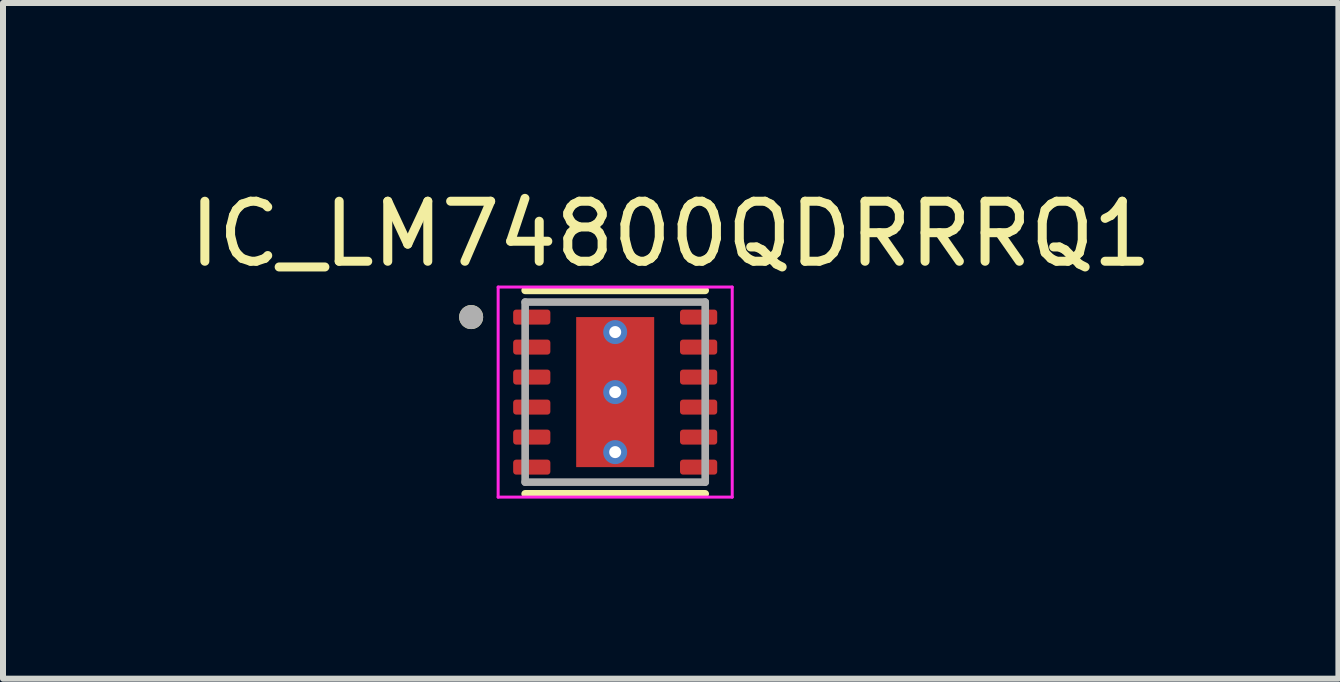
<source format=kicad_pcb>
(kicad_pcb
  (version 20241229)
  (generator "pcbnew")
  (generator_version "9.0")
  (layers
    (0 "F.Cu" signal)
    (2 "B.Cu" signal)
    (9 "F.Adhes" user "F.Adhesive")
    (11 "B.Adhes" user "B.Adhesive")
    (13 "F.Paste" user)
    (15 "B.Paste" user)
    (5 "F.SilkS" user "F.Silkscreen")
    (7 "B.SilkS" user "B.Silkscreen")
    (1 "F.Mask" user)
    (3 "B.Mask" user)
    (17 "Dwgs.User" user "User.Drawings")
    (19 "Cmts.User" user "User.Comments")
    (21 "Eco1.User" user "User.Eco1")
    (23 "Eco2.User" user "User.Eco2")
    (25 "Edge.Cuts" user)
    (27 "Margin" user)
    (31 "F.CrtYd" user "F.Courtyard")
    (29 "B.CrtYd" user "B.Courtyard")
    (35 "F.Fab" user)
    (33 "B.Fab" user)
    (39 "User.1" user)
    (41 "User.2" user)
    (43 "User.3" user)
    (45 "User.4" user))
  (footprint "IC_LM74800QDRRRQ1"
    (layer "F.Cu")
    (at 7.2 3.483)
    (property "Reference" "IC_LM74800QDRRRQ1" (at 0.925 -2.635 0) (layer "F.SilkS") (effects (font (size 1 1) (thickness 0.15))))
    (attr smd)
    (fp_line (start -1.5 -1.695) (end 1.5 -1.695) (stroke (width 0.127) (type solid)) (layer "F.SilkS"))
    (fp_line (start -1.5 1.695) (end 1.5 1.695) (stroke (width 0.127) (type solid)) (layer "F.SilkS"))
    (fp_circle (center -2.4 -1.25) (end -2.3 -1.25) (stroke (width 0.2) (type solid)) (fill no) (layer "F.SilkS"))
    (fp_poly (pts (xy 0.605 -1.15) (xy 0.605 -0.15) (xy 0.605 -0.147) (xy 0.605 -0.145) (xy 0.604 -0.142) (xy 0.604 -0.14) (xy 0.603 -0.137) (xy 0.603 -0.135) (xy 0.602 -0.132) (xy 0.601 -0.13) (xy 0.6 -0.127) (xy 0.598 -0.125) (xy 0.597 -0.123) (xy 0.595 -0.121) (xy 0.594 -0.119) (xy 0.592 -0.117) (xy 0.59 -0.115) (xy 0.588 -0.113) (xy 0.586 -0.111) (xy 0.584 -0.11) (xy 0.582 -0.108) (xy 0.58 -0.107) (xy 0.578 -0.105) (xy 0.575 -0.104) (xy 0.573 -0.103) (xy 0.57 -0.102) (xy 0.568 -0.102) (xy 0.565 -0.101) (xy 0.563 -0.101) (xy 0.56 -0.1) (xy 0.558 -0.1) (xy 0.555 -0.1) (xy -0.555 -0.1) (xy -0.558 -0.1) (xy -0.56 -0.1) (xy -0.563 -0.101) (xy -0.565 -0.101) (xy -0.568 -0.102) (xy -0.57 -0.102) (xy -0.573 -0.103) (xy -0.575 -0.104) (xy -0.578 -0.105) (xy -0.58 -0.107) (xy -0.582 -0.108) (xy -0.584 -0.11) (xy -0.586 -0.111) (xy -0.588 -0.113) (xy -0.59 -0.115) (xy -0.592 -0.117) (xy -0.594 -0.119) (xy -0.595 -0.121) (xy -0.597 -0.123) (xy -0.598 -0.125) (xy -0.6 -0.127) (xy -0.601 -0.13) (xy -0.602 -0.132) (xy -0.603 -0.135) (xy -0.603 -0.137) (xy -0.604 -0.14) (xy -0.604 -0.142) (xy -0.605 -0.145) (xy -0.605 -0.147) (xy -0.605 -0.15) (xy -0.605 -1.15) (xy -0.605 -1.153) (xy -0.605 -1.155) (xy -0.604 -1.158) (xy -0.604 -1.16) (xy -0.603 -1.163) (xy -0.603 -1.165) (xy -0.602 -1.168) (xy -0.601 -1.17) (xy -0.6 -1.173) (xy -0.598 -1.175) (xy -0.597 -1.177) (xy -0.595 -1.179) (xy -0.594 -1.181) (xy -0.592 -1.183) (xy -0.59 -1.185) (xy -0.588 -1.187) (xy -0.586 -1.189) (xy -0.584 -1.19) (xy -0.582 -1.192) (xy -0.58 -1.193) (xy -0.578 -1.195) (xy -0.575 -1.196) (xy -0.573 -1.197) (xy -0.57 -1.198) (xy -0.568 -1.198) (xy -0.565 -1.199) (xy -0.563 -1.199) (xy -0.56 -1.2) (xy -0.558 -1.2) (xy -0.555 -1.2) (xy 0.555 -1.2) (xy 0.558 -1.2) (xy 0.56 -1.2) (xy 0.563 -1.199) (xy 0.565 -1.199) (xy 0.568 -1.198) (xy 0.57 -1.198) (xy 0.573 -1.197) (xy 0.575 -1.196) (xy 0.578 -1.195) (xy 0.58 -1.193) (xy 0.582 -1.192) (xy 0.584 -1.19) (xy 0.586 -1.189) (xy 0.588 -1.187) (xy 0.59 -1.185) (xy 0.592 -1.183) (xy 0.594 -1.181) (xy 0.595 -1.179) (xy 0.597 -1.177) (xy 0.598 -1.175) (xy 0.6 -1.173) (xy 0.601 -1.17) (xy 0.602 -1.168) (xy 0.603 -1.165) (xy 0.603 -1.163) (xy 0.604 -1.16) (xy 0.604 -1.158) (xy 0.605 -1.155) (xy 0.605 -1.153) (xy 0.605 -1.15)) (stroke (width 0.01) (type solid)) (fill yes) (layer "F.Paste"))
    (fp_poly (pts (xy 0.605 0.15) (xy 0.605 1.15) (xy 0.605 1.153) (xy 0.605 1.155) (xy 0.604 1.158) (xy 0.604 1.16) (xy 0.603 1.163) (xy 0.603 1.165) (xy 0.602 1.168) (xy 0.601 1.17) (xy 0.6 1.173) (xy 0.598 1.175) (xy 0.597 1.177) (xy 0.595 1.179) (xy 0.594 1.181) (xy 0.592 1.183) (xy 0.59 1.185) (xy 0.588 1.187) (xy 0.586 1.189) (xy 0.584 1.19) (xy 0.582 1.192) (xy 0.58 1.193) (xy 0.578 1.195) (xy 0.575 1.196) (xy 0.573 1.197) (xy 0.57 1.198) (xy 0.568 1.198) (xy 0.565 1.199) (xy 0.563 1.199) (xy 0.56 1.2) (xy 0.558 1.2) (xy 0.555 1.2) (xy -0.555 1.2) (xy -0.558 1.2) (xy -0.56 1.2) (xy -0.563 1.199) (xy -0.565 1.199) (xy -0.568 1.198) (xy -0.57 1.198) (xy -0.573 1.197) (xy -0.575 1.196) (xy -0.578 1.195) (xy -0.58 1.193) (xy -0.582 1.192) (xy -0.584 1.19) (xy -0.586 1.189) (xy -0.588 1.187) (xy -0.59 1.185) (xy -0.592 1.183) (xy -0.594 1.181) (xy -0.595 1.179) (xy -0.597 1.177) (xy -0.598 1.175) (xy -0.6 1.173) (xy -0.601 1.17) (xy -0.602 1.168) (xy -0.603 1.165) (xy -0.603 1.163) (xy -0.604 1.16) (xy -0.604 1.158) (xy -0.605 1.155) (xy -0.605 1.153) (xy -0.605 1.15) (xy -0.605 0.15) (xy -0.605 0.147) (xy -0.605 0.145) (xy -0.604 0.142) (xy -0.604 0.14) (xy -0.603 0.137) (xy -0.603 0.135) (xy -0.602 0.132) (xy -0.601 0.13) (xy -0.6 0.127) (xy -0.598 0.125) (xy -0.597 0.123) (xy -0.595 0.121) (xy -0.594 0.119) (xy -0.592 0.117) (xy -0.59 0.115) (xy -0.588 0.113) (xy -0.586 0.111) (xy -0.584 0.11) (xy -0.582 0.108) (xy -0.58 0.107) (xy -0.578 0.105) (xy -0.575 0.104) (xy -0.573 0.103) (xy -0.57 0.102) (xy -0.568 0.102) (xy -0.565 0.101) (xy -0.563 0.101) (xy -0.56 0.1) (xy -0.558 0.1) (xy -0.555 0.1) (xy 0.555 0.1) (xy 0.558 0.1) (xy 0.56 0.1) (xy 0.563 0.101) (xy 0.565 0.101) (xy 0.568 0.102) (xy 0.57 0.102) (xy 0.573 0.103) (xy 0.575 0.104) (xy 0.578 0.105) (xy 0.58 0.107) (xy 0.582 0.108) (xy 0.584 0.11) (xy 0.586 0.111) (xy 0.588 0.113) (xy 0.59 0.115) (xy 0.592 0.117) (xy 0.594 0.119) (xy 0.595 0.121) (xy 0.597 0.123) (xy 0.598 0.125) (xy 0.6 0.127) (xy 0.601 0.13) (xy 0.602 0.132) (xy 0.603 0.135) (xy 0.603 0.137) (xy 0.604 0.14) (xy 0.604 0.142) (xy 0.605 0.145) (xy 0.605 0.147) (xy 0.605 0.15)) (stroke (width 0.01) (type solid)) (fill yes) (layer "F.Paste"))
    (fp_line (start -1.95 -1.75) (end -1.95 1.75) (stroke (width 0.05) (type solid)) (layer "F.CrtYd"))
    (fp_line (start -1.95 -1.75) (end 1.95 -1.75) (stroke (width 0.05) (type solid)) (layer "F.CrtYd"))
    (fp_line (start -1.95 1.75) (end 1.95 1.75) (stroke (width 0.05) (type solid)) (layer "F.CrtYd"))
    (fp_line (start 1.95 -1.75) (end 1.95 1.75) (stroke (width 0.05) (type solid)) (layer "F.CrtYd"))
    (fp_line (start -1.5 -1.5) (end -1.5 1.5) (stroke (width 0.127) (type solid)) (layer "F.Fab"))
    (fp_line (start -1.5 -1.5) (end 1.5 -1.5) (stroke (width 0.127) (type solid)) (layer "F.Fab"))
    (fp_line (start -1.5 1.5) (end 1.5 1.5) (stroke (width 0.127) (type solid)) (layer "F.Fab"))
    (fp_line (start 1.5 -1.5) (end 1.5 1.5) (stroke (width 0.127) (type solid)) (layer "F.Fab"))
    (fp_circle (center -2.4 -1.25) (end -2.3 -1.25) (stroke (width 0.2) (type solid)) (fill no) (layer "F.Fab"))
    (pad "1" smd roundrect (at -1.39 -1.25) (size 0.62 0.25) (layers "F.Cu" "F.Mask" "F.Paste") (roundrect_rratio 0.2))
    (pad "2" smd roundrect (at -1.39 -0.75) (size 0.62 0.25) (layers "F.Cu" "F.Mask" "F.Paste") (roundrect_rratio 0.2))
    (pad "3" smd roundrect (at -1.39 -0.25) (size 0.62 0.25) (layers "F.Cu" "F.Mask" "F.Paste") (roundrect_rratio 0.2))
    (pad "4" smd roundrect (at -1.39 0.25) (size 0.62 0.25) (layers "F.Cu" "F.Mask" "F.Paste") (roundrect_rratio 0.2))
    (pad "5" smd roundrect (at -1.39 0.75) (size 0.62 0.25) (layers "F.Cu" "F.Mask" "F.Paste") (roundrect_rratio 0.2))
    (pad "6" smd roundrect (at -1.39 1.25) (size 0.62 0.25) (layers "F.Cu" "F.Mask" "F.Paste") (roundrect_rratio 0.2))
    (pad "7" smd roundrect (at 1.39 1.25) (size 0.62 0.25) (layers "F.Cu" "F.Mask" "F.Paste") (roundrect_rratio 0.2))
    (pad "8" smd roundrect (at 1.39 0.75) (size 0.62 0.25) (layers "F.Cu" "F.Mask" "F.Paste") (roundrect_rratio 0.2))
    (pad "9" smd roundrect (at 1.39 0.25) (size 0.62 0.25) (layers "F.Cu" "F.Mask" "F.Paste") (roundrect_rratio 0.2))
    (pad "10" smd roundrect (at 1.39 -0.25) (size 0.62 0.25) (layers "F.Cu" "F.Mask" "F.Paste") (roundrect_rratio 0.2))
    (pad "11" smd roundrect (at 1.39 -0.75) (size 0.62 0.25) (layers "F.Cu" "F.Mask" "F.Paste") (roundrect_rratio 0.2))
    (pad "12" smd roundrect (at 1.39 -1.25) (size 0.62 0.25) (layers "F.Cu" "F.Mask" "F.Paste") (roundrect_rratio 0.2))
    (pad "13" smd rect (at 0 0) (size 1.3 2.5) (layers "F.Cu" "F.Mask"))
    (pad "14" thru_hole circle (at 0 -1) (size 0.4 0.4) (drill 0.2) (layers "*.Cu"))
    (pad "15" thru_hole circle (at 0 0) (size 0.4 0.4) (drill 0.2) (layers "*.Cu"))
    (pad "16" thru_hole circle (at 0 1) (size 0.4 0.4) (drill 0.2) (layers "*.Cu")))
  (gr_rect
    (start -3 -3)
    (end 19.25 8.258)
    (stroke (width 0.1) (type default))
    (fill no)
    (layer "Edge.Cuts")))
</source>
